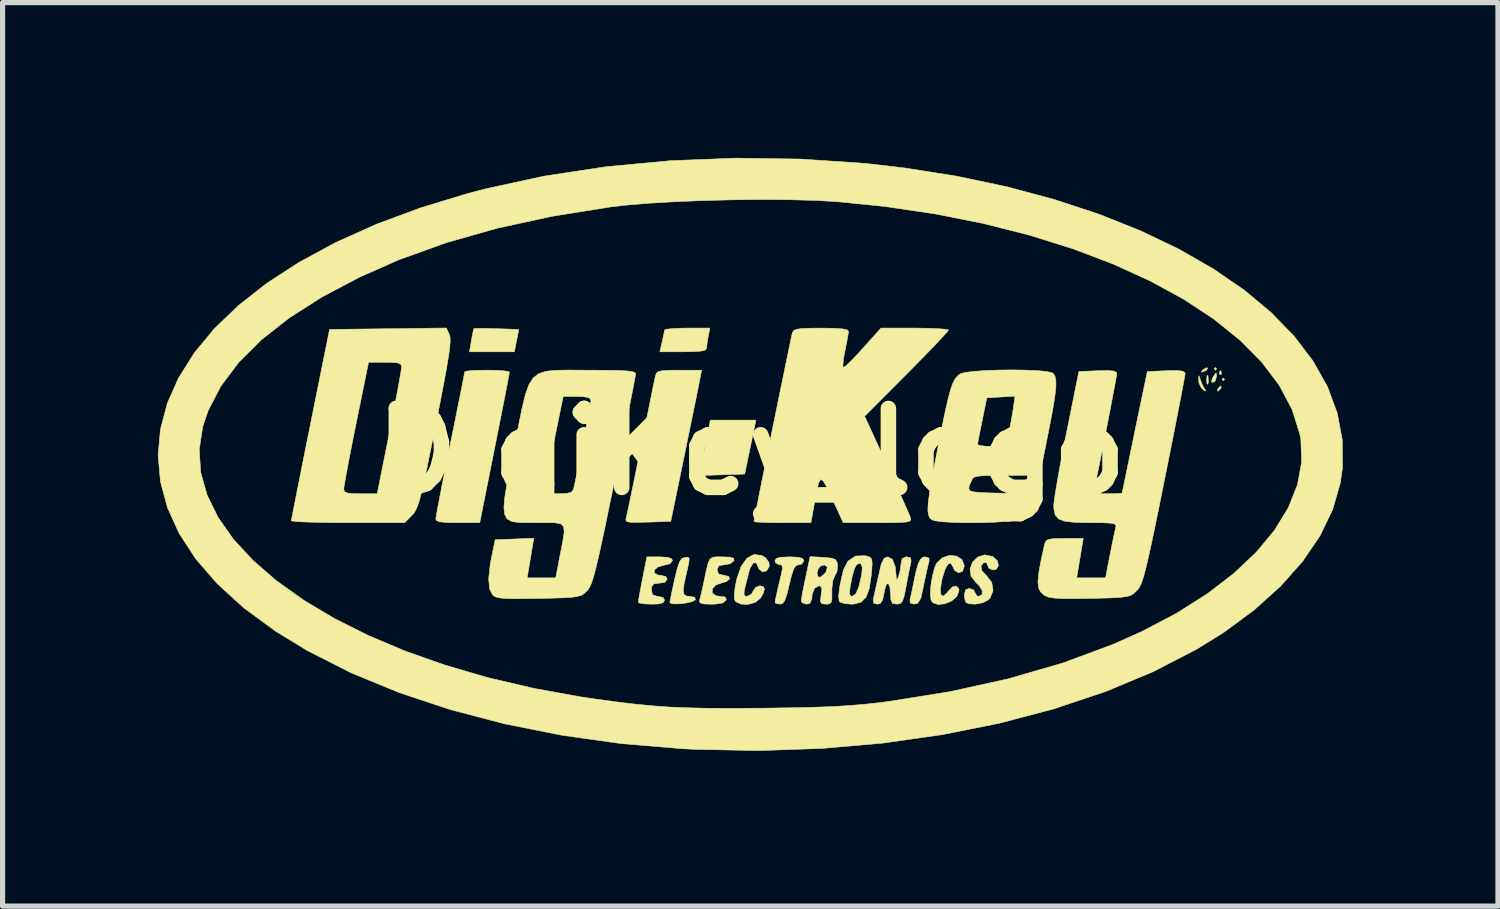
<source format=kicad_pcb>
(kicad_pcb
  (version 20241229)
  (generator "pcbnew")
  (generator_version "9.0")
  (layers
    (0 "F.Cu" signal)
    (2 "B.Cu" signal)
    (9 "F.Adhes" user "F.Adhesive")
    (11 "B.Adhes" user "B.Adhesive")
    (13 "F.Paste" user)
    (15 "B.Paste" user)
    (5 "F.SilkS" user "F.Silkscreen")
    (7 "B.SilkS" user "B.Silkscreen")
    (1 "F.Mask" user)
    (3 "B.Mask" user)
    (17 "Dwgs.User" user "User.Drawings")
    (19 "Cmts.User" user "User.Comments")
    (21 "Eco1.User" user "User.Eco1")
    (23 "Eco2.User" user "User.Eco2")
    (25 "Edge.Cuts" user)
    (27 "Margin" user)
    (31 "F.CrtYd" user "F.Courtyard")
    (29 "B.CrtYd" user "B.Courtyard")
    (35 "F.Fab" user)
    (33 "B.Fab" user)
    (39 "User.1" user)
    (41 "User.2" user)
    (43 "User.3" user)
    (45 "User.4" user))
  (footprint "DigiKey_logo"
    (layer "F.Cu")
    (at 11.466 5.677)
    (property "Reference" "DigiKey_logo" (at 0 0 0) (layer "F.SilkS") (effects (font (size 1.524 1.524) (thickness 0.3))))
    (attr through_hole)
    (fp_poly (pts (xy 8.992 -1.6) (xy 8.966 -1.575) (xy 8.941 -1.6) (xy 8.966 -1.626) (xy 8.992 -1.6)) (stroke (width 0.01) (type solid)) (fill yes) (layer "F.SilkS"))
    (fp_poly (pts (xy 9.144 -1.397) (xy 9.119 -1.372) (xy 9.093 -1.397) (xy 9.119 -1.422) (xy 9.144 -1.397)) (stroke (width 0.01) (type solid)) (fill yes) (layer "F.SilkS"))
    (fp_poly (pts (xy -0.019 -0.089) (xy -0.127 0.432) (xy -1 0.461) (xy -0.896 -0.074) (xy -0.792 -0.61) (xy 0.089 -0.61) (xy -0.019 -0.089)) (stroke (width 0.01) (type solid)) (fill yes) (layer "F.SilkS"))
    (fp_poly (pts (xy 9.076 -1.558) (xy 9.082 -1.498) (xy 9.076 -1.49) (xy 9.046 -1.497) (xy 9.042 -1.524) (xy 9.061 -1.566) (xy 9.076 -1.558)) (stroke (width 0.01) (type solid)) (fill yes) (layer "F.SilkS"))
    (fp_poly (pts (xy 8.815 -1.616) (xy 8.8 -1.578) (xy 8.752 -1.553) (xy 8.693 -1.537) (xy 8.717 -1.574) (xy 8.724 -1.581) (xy 8.791 -1.621) (xy 8.815 -1.616)) (stroke (width 0.01) (type solid)) (fill yes) (layer "F.SilkS"))
    (fp_poly (pts (xy 8.821 -1.468) (xy 8.824 -1.46) (xy 8.831 -1.349) (xy 8.822 -1.307) (xy 8.805 -1.305) (xy 8.798 -1.385) (xy 8.798 -1.397) (xy 8.806 -1.476) (xy 8.821 -1.468)) (stroke (width 0.01) (type solid)) (fill yes) (layer "F.SilkS"))
    (fp_poly (pts (xy 9.077 -1.237) (xy 9.068 -1.219) (xy 9.02 -1.171) (xy 9.011 -1.168) (xy 9.008 -1.201) (xy 9.017 -1.219) (xy 9.065 -1.268) (xy 9.074 -1.27) (xy 9.077 -1.237)) (stroke (width 0.01) (type solid)) (fill yes) (layer "F.SilkS"))
    (fp_poly (pts (xy 8.991 -1.475) (xy 8.991 -1.463) (xy 8.965 -1.372) (xy 8.941 -1.346) (xy 8.894 -1.343) (xy 8.891 -1.356) (xy 8.916 -1.43) (xy 8.941 -1.473) (xy 8.98 -1.521) (xy 8.991 -1.475)) (stroke (width 0.01) (type solid)) (fill yes) (layer "F.SilkS"))
    (fp_poly (pts (xy 8.661 -1.442) (xy 8.673 -1.397) (xy 8.719 -1.28) (xy 8.749 -1.232) (xy 8.783 -1.175) (xy 8.753 -1.181) (xy 8.697 -1.229) (xy 8.649 -1.328) (xy 8.642 -1.394) (xy 8.648 -1.468) (xy 8.661 -1.442)) (stroke (width 0.01) (type solid)) (fill yes) (layer "F.SilkS"))
    (fp_poly (pts (xy -4.994 -2.379) (xy -4.92 -2.377) (xy -4.492 -2.362) (xy -4.578 -1.93) (xy -5.445 -1.93) (xy -5.409 -2.146) (xy -5.384 -2.282) (xy -5.365 -2.366) (xy -5.36 -2.377) (xy -5.307 -2.382) (xy -5.177 -2.383) (xy -4.994 -2.379)) (stroke (width 0.01) (type solid)) (fill yes) (layer "F.SilkS"))
    (fp_poly (pts (xy -0.832 -2.229) (xy -0.854 -2.095) (xy -0.864 -2) (xy -0.887 -1.965) (xy -0.968 -1.944) (xy -1.122 -1.933) (xy -1.315 -1.93) (xy -1.767 -1.93) (xy -1.723 -2.121) (xy -1.694 -2.253) (xy -1.678 -2.34) (xy -1.678 -2.349) (xy -1.63 -2.367) (xy -1.504 -2.38) (xy -1.323 -2.387) (xy -1.238 -2.388) (xy -0.8 -2.388) (xy -0.832 -2.229)) (stroke (width 0.01) (type solid)) (fill yes) (layer "F.SilkS"))
    (fp_poly (pts (xy 3.434 2.056) (xy 3.434 2.121) (xy 3.408 2.221) (xy 3.373 2.377) (xy 3.354 2.464) (xy 3.318 2.636) (xy 3.286 2.784) (xy 3.275 2.832) (xy 3.214 2.928) (xy 3.145 2.946) (xy 3.068 2.922) (xy 3.066 2.857) (xy 3.093 2.747) (xy 3.123 2.6) (xy 3.125 2.591) (xy 3.176 2.34) (xy 3.222 2.174) (xy 3.269 2.078) (xy 3.323 2.037) (xy 3.358 2.032) (xy 3.434 2.056)) (stroke (width 0.01) (type solid)) (fill yes) (layer "F.SilkS"))
    (fp_poly (pts (xy -1.2 2.063) (xy -1.206 2.139) (xy -1.239 2.288) (xy -1.247 2.321) (xy -1.296 2.54) (xy -1.315 2.679) (xy -1.303 2.756) (xy -1.256 2.788) (xy -1.19 2.794) (xy -1.094 2.814) (xy -1.079 2.857) (xy -1.133 2.894) (xy -1.244 2.922) (xy -1.377 2.939) (xy -1.497 2.941) (xy -1.567 2.924) (xy -1.573 2.911) (xy -1.562 2.845) (xy -1.534 2.707) (xy -1.494 2.522) (xy -1.481 2.464) (xy -1.431 2.257) (xy -1.388 2.131) (xy -1.343 2.066) (xy -1.285 2.042) (xy -1.284 2.042) (xy -1.225 2.038) (xy -1.2 2.063)) (stroke (width 0.01) (type solid)) (fill yes) (layer "F.SilkS"))
    (fp_poly (pts (xy 0.905 2.039) (xy 0.992 2.063) (xy 1.016 2.108) (xy 0.974 2.171) (xy 0.918 2.184) (xy 0.863 2.201) (xy 0.819 2.265) (xy 0.776 2.394) (xy 0.735 2.565) (xy 0.686 2.764) (xy 0.643 2.882) (xy 0.598 2.936) (xy 0.554 2.946) (xy 0.474 2.93) (xy 0.458 2.908) (xy 0.47 2.842) (xy 0.499 2.708) (xy 0.532 2.565) (xy 0.578 2.374) (xy 0.6 2.26) (xy 0.598 2.205) (xy 0.573 2.186) (xy 0.533 2.184) (xy 0.466 2.144) (xy 0.457 2.108) (xy 0.482 2.062) (xy 0.57 2.039) (xy 0.737 2.032) (xy 0.905 2.039)) (stroke (width 0.01) (type solid)) (fill yes) (layer "F.SilkS"))
    (fp_poly (pts (xy -0.992 -1.41) (xy -1.01 -1.316) (xy -1.046 -1.138) (xy -1.096 -0.891) (xy -1.158 -0.591) (xy -1.227 -0.253) (xy -1.289 0.051) (xy -1.556 1.346) (xy -2.001 1.361) (xy -2.214 1.366) (xy -2.344 1.363) (xy -2.408 1.348) (xy -2.425 1.317) (xy -2.419 1.285) (xy -2.402 1.212) (xy -2.368 1.053) (xy -2.32 0.824) (xy -2.261 0.539) (xy -2.195 0.213) (xy -2.136 -0.076) (xy -2.065 -0.428) (xy -1.999 -0.751) (xy -1.942 -1.031) (xy -1.897 -1.254) (xy -1.866 -1.403) (xy -1.853 -1.46) (xy -1.834 -1.516) (xy -1.792 -1.55) (xy -1.707 -1.567) (xy -1.558 -1.574) (xy -1.394 -1.575) (xy -0.961 -1.575) (xy -0.992 -1.41)) (stroke (width 0.01) (type solid)) (fill yes) (layer "F.SilkS"))
    (fp_poly (pts (xy -1.611 2.041) (xy -1.536 2.072) (xy -1.524 2.105) (xy -1.571 2.164) (xy -1.689 2.194) (xy -1.809 2.229) (xy -1.873 2.288) (xy -1.872 2.348) (xy -1.797 2.385) (xy -1.756 2.388) (xy -1.651 2.413) (xy -1.626 2.464) (xy -1.671 2.524) (xy -1.778 2.54) (xy -1.887 2.554) (xy -1.927 2.612) (xy -1.93 2.667) (xy -1.909 2.764) (xy -1.827 2.793) (xy -1.803 2.794) (xy -1.701 2.82) (xy -1.676 2.87) (xy -1.704 2.918) (xy -1.798 2.942) (xy -1.93 2.946) (xy -2.075 2.94) (xy -2.167 2.922) (xy -2.184 2.908) (xy -2.175 2.844) (xy -2.15 2.706) (xy -2.115 2.52) (xy -2.101 2.451) (xy -2.018 2.032) (xy -1.771 2.032) (xy -1.611 2.041)) (stroke (width 0.01) (type solid)) (fill yes) (layer "F.SilkS"))
    (fp_poly (pts (xy -4.91 -1.571) (xy -4.761 -1.56) (xy -4.681 -1.544) (xy -4.674 -1.537) (xy -4.683 -1.479) (xy -4.71 -1.334) (xy -4.752 -1.116) (xy -4.807 -0.837) (xy -4.872 -0.509) (xy -4.944 -0.146) (xy -4.96 -0.064) (xy -5.247 1.372) (xy -5.672 1.372) (xy -5.888 1.368) (xy -6.019 1.355) (xy -6.083 1.33) (xy -6.096 1.299) (xy -6.086 1.232) (xy -6.058 1.079) (xy -6.015 0.853) (xy -5.96 0.569) (xy -5.894 0.24) (xy -5.821 -0.121) (xy -5.817 -0.143) (xy -5.743 -0.503) (xy -5.678 -0.829) (xy -5.621 -1.11) (xy -5.577 -1.331) (xy -5.549 -1.48) (xy -5.537 -1.543) (xy -5.537 -1.544) (xy -5.49 -1.558) (xy -5.365 -1.569) (xy -5.185 -1.574) (xy -5.105 -1.575) (xy -4.91 -1.571)) (stroke (width 0.01) (type solid)) (fill yes) (layer "F.SilkS"))
    (fp_poly (pts (xy 3.965 2.017) (xy 4.07 2.084) (xy 4.115 2.202) (xy 4.115 2.212) (xy 4.082 2.31) (xy 4.01 2.34) (xy 3.932 2.299) (xy 3.894 2.223) (xy 3.854 2.152) (xy 3.802 2.171) (xy 3.744 2.272) (xy 3.689 2.446) (xy 3.678 2.493) (xy 3.653 2.665) (xy 3.665 2.767) (xy 3.71 2.791) (xy 3.782 2.726) (xy 3.8 2.701) (xy 3.886 2.613) (xy 3.965 2.597) (xy 4.01 2.653) (xy 4.013 2.685) (xy 3.973 2.794) (xy 3.873 2.882) (xy 3.742 2.938) (xy 3.61 2.953) (xy 3.507 2.917) (xy 3.472 2.868) (xy 3.459 2.753) (xy 3.47 2.582) (xy 3.501 2.395) (xy 3.545 2.232) (xy 3.582 2.153) (xy 3.693 2.048) (xy 3.83 2.004) (xy 3.965 2.017)) (stroke (width 0.01) (type solid)) (fill yes) (layer "F.SilkS"))
    (fp_poly (pts (xy 0.201 2.005) (xy 0.275 2.048) (xy 0.341 2.141) (xy 0.348 2.213) (xy 0.297 2.302) (xy 0.219 2.323) (xy 0.151 2.271) (xy 0.138 2.238) (xy 0.093 2.147) (xy 0.036 2.151) (xy -0.02 2.244) (xy -0.046 2.324) (xy -0.102 2.541) (xy -0.134 2.678) (xy -0.141 2.754) (xy -0.127 2.786) (xy -0.091 2.794) (xy -0.077 2.794) (xy 0.005 2.751) (xy 0.036 2.692) (xy 0.087 2.621) (xy 0.167 2.591) (xy 0.235 2.609) (xy 0.254 2.656) (xy 0.227 2.744) (xy 0.175 2.833) (xy 0.077 2.911) (xy -0.059 2.949) (xy -0.196 2.946) (xy -0.298 2.9) (xy -0.326 2.857) (xy -0.329 2.762) (xy -0.311 2.607) (xy -0.282 2.465) (xy -0.199 2.222) (xy -0.085 2.06) (xy 0.05 1.986) (xy 0.201 2.005)) (stroke (width 0.01) (type solid)) (fill yes) (layer "F.SilkS"))
    (fp_poly (pts (xy 2.219 2.014) (xy 2.289 2.036) (xy 2.325 2.076) (xy 2.335 2.159) (xy 2.326 2.309) (xy 2.319 2.376) (xy 2.282 2.635) (xy 2.219 2.807) (xy 2.123 2.906) (xy 1.984 2.944) (xy 1.932 2.946) (xy 1.797 2.934) (xy 1.709 2.902) (xy 1.7 2.892) (xy 1.686 2.797) (xy 1.694 2.731) (xy 1.895 2.731) (xy 1.916 2.786) (xy 1.952 2.794) (xy 2.017 2.748) (xy 2.073 2.625) (xy 2.079 2.603) (xy 2.132 2.376) (xy 2.144 2.233) (xy 2.115 2.166) (xy 2.086 2.159) (xy 2.036 2.18) (xy 1.994 2.255) (xy 1.952 2.4) (xy 1.911 2.603) (xy 1.895 2.731) (xy 1.694 2.731) (xy 1.706 2.619) (xy 1.758 2.373) (xy 1.781 2.282) (xy 1.869 2.112) (xy 2.015 2.017) (xy 2.199 2.009) (xy 2.219 2.014)) (stroke (width 0.01) (type solid)) (fill yes) (layer "F.SilkS"))
    (fp_poly (pts (xy 4.662 2.026) (xy 4.675 2.033) (xy 4.755 2.11) (xy 4.774 2.202) (xy 4.733 2.27) (xy 4.674 2.286) (xy 4.591 2.254) (xy 4.572 2.21) (xy 4.543 2.142) (xy 4.484 2.148) (xy 4.438 2.211) (xy 4.454 2.299) (xy 4.541 2.392) (xy 4.646 2.527) (xy 4.671 2.683) (xy 4.614 2.827) (xy 4.581 2.862) (xy 4.474 2.918) (xy 4.333 2.945) (xy 4.205 2.939) (xy 4.149 2.913) (xy 4.122 2.84) (xy 4.115 2.76) (xy 4.142 2.665) (xy 4.216 2.642) (xy 4.299 2.673) (xy 4.318 2.718) (xy 4.359 2.785) (xy 4.394 2.794) (xy 4.46 2.762) (xy 4.461 2.683) (xy 4.4 2.584) (xy 4.343 2.531) (xy 4.245 2.404) (xy 4.226 2.264) (xy 4.274 2.134) (xy 4.372 2.037) (xy 4.507 1.993) (xy 4.662 2.026)) (stroke (width 0.01) (type solid)) (fill yes) (layer "F.SilkS"))
    (fp_poly (pts (xy -0.559 2.032) (xy -0.409 2.038) (xy -0.341 2.06) (xy -0.336 2.104) (xy -0.337 2.108) (xy -0.406 2.165) (xy -0.513 2.184) (xy -0.623 2.202) (xy -0.659 2.265) (xy -0.66 2.286) (xy -0.632 2.365) (xy -0.531 2.388) (xy -0.529 2.388) (xy -0.436 2.41) (xy -0.422 2.46) (xy -0.483 2.511) (xy -0.563 2.532) (xy -0.689 2.578) (xy -0.754 2.653) (xy -0.755 2.73) (xy -0.685 2.784) (xy -0.611 2.794) (xy -0.506 2.807) (xy -0.484 2.853) (xy -0.49 2.87) (xy -0.551 2.922) (xy -0.692 2.945) (xy -0.771 2.946) (xy -0.92 2.942) (xy -0.99 2.921) (xy -1.001 2.877) (xy -0.996 2.857) (xy -0.97 2.757) (xy -0.935 2.602) (xy -0.916 2.515) (xy -0.87 2.293) (xy -0.835 2.152) (xy -0.797 2.073) (xy -0.744 2.039) (xy -0.662 2.031) (xy -0.559 2.032)) (stroke (width 0.01) (type solid)) (fill yes) (layer "F.SilkS"))
    (fp_poly (pts (xy 3.08 2.052) (xy 3.086 2.128) (xy 3.082 2.146) (xy 3.058 2.254) (xy 3.025 2.424) (xy 2.991 2.603) (xy 2.955 2.786) (xy 2.92 2.889) (xy 2.877 2.936) (xy 2.812 2.946) (xy 2.811 2.946) (xy 2.728 2.93) (xy 2.696 2.86) (xy 2.692 2.781) (xy 2.679 2.622) (xy 2.649 2.547) (xy 2.612 2.559) (xy 2.577 2.666) (xy 2.569 2.713) (xy 2.538 2.861) (xy 2.493 2.931) (xy 2.434 2.946) (xy 2.366 2.929) (xy 2.356 2.859) (xy 2.366 2.807) (xy 2.4 2.656) (xy 2.438 2.489) (xy 2.438 2.489) (xy 2.476 2.323) (xy 2.51 2.172) (xy 2.51 2.172) (xy 2.568 2.058) (xy 2.637 2.032) (xy 2.725 2.079) (xy 2.78 2.22) (xy 2.797 2.388) (xy 2.803 2.472) (xy 2.822 2.462) (xy 2.845 2.413) (xy 2.88 2.283) (xy 2.892 2.172) (xy 2.914 2.066) (xy 2.987 2.032) (xy 3.003 2.032) (xy 3.08 2.052)) (stroke (width 0.01) (type solid)) (fill yes) (layer "F.SilkS"))
    (fp_poly (pts (xy 1.393 2.042) (xy 1.547 2.056) (xy 1.626 2.084) (xy 1.659 2.142) (xy 1.666 2.191) (xy 1.655 2.318) (xy 1.615 2.394) (xy 1.575 2.49) (xy 1.557 2.646) (xy 1.557 2.705) (xy 1.557 2.851) (xy 1.537 2.922) (xy 1.484 2.945) (xy 1.44 2.946) (xy 1.36 2.937) (xy 1.334 2.889) (xy 1.349 2.772) (xy 1.35 2.769) (xy 1.363 2.646) (xy 1.337 2.596) (xy 1.306 2.591) (xy 1.222 2.637) (xy 1.175 2.761) (xy 1.168 2.849) (xy 1.13 2.931) (xy 1.067 2.946) (xy 0.984 2.92) (xy 0.965 2.884) (xy 0.975 2.807) (xy 1.002 2.66) (xy 1.041 2.471) (xy 1.051 2.425) (xy 1.069 2.338) (xy 1.271 2.338) (xy 1.282 2.409) (xy 1.329 2.427) (xy 1.33 2.427) (xy 1.406 2.37) (xy 1.442 2.324) (xy 1.469 2.23) (xy 1.418 2.189) (xy 1.348 2.202) (xy 1.295 2.256) (xy 1.271 2.338) (xy 1.069 2.338) (xy 1.136 2.027) (xy 1.393 2.042)) (stroke (width 0.01) (type solid)) (fill yes) (layer "F.SilkS"))
    (fp_poly (pts (xy -5.834 -2.263) (xy -5.82 -2.212) (xy -5.818 -2.132) (xy -5.827 -2.012) (xy -5.85 -1.843) (xy -5.888 -1.613) (xy -5.943 -1.314) (xy -6.016 -0.935) (xy -6.098 -0.522) (xy -6.188 -0.074) (xy -6.261 0.285) (xy -6.321 0.566) (xy -6.371 0.78) (xy -6.412 0.939) (xy -6.45 1.052) (xy -6.485 1.132) (xy -6.521 1.189) (xy -6.559 1.232) (xy -6.698 1.372) (xy -7.794 1.372) (xy -8.115 1.37) (xy -8.399 1.365) (xy -8.631 1.358) (xy -8.796 1.349) (xy -8.88 1.338) (xy -8.888 1.333) (xy -8.877 1.277) (xy -8.849 1.132) (xy -8.805 0.909) (xy -8.769 0.724) (xy -7.875 0.724) (xy -7.859 0.773) (xy -7.8 0.8) (xy -7.675 0.811) (xy -7.551 0.813) (xy -7.228 0.813) (xy -6.992 -0.368) (xy -6.926 -0.706) (xy -6.866 -1.013) (xy -6.817 -1.275) (xy -6.781 -1.477) (xy -6.76 -1.604) (xy -6.756 -1.638) (xy -6.771 -1.688) (xy -6.83 -1.715) (xy -6.956 -1.726) (xy -7.076 -1.727) (xy -7.395 -1.727) (xy -7.635 -0.546) (xy -7.703 -0.209) (xy -7.763 0.098) (xy -7.813 0.361) (xy -7.85 0.563) (xy -7.871 0.69) (xy -7.875 0.724) (xy -8.769 0.724) (xy -8.748 0.622) (xy -8.68 0.279) (xy -8.603 -0.106) (xy -8.519 -0.523) (xy -8.517 -0.533) (xy -8.149 -2.362) (xy -5.892 -2.39) (xy -5.834 -2.263)) (stroke (width 0.01) (type solid)) (fill yes) (layer "F.SilkS"))
    (fp_poly (pts (xy 3.402 -2.385) (xy 3.605 -2.377) (xy 3.746 -2.366) (xy 3.809 -2.352) (xy 3.81 -2.35) (xy 3.776 -2.305) (xy 3.679 -2.199) (xy 3.532 -2.042) (xy 3.342 -1.846) (xy 3.121 -1.621) (xy 3 -1.499) (xy 2.19 -0.686) (xy 2.619 0.25) (xy 2.751 0.54) (xy 2.869 0.803) (xy 2.967 1.023) (xy 3.038 1.185) (xy 3.074 1.272) (xy 3.076 1.279) (xy 3.082 1.317) (xy 3.059 1.342) (xy 2.995 1.359) (xy 2.871 1.367) (xy 2.675 1.371) (xy 2.441 1.372) (xy 1.776 1.372) (xy 1.564 0.909) (xy 1.465 0.696) (xy 1.394 0.571) (xy 1.344 0.535) (xy 1.304 0.592) (xy 1.266 0.744) (xy 1.22 0.993) (xy 1.218 1.003) (xy 1.152 1.372) (xy 0.601 1.372) (xy 0.379 1.37) (xy 0.199 1.364) (xy 0.083 1.357) (xy 0.051 1.349) (xy 0.061 1.293) (xy 0.088 1.152) (xy 0.131 0.938) (xy 0.185 0.665) (xy 0.249 0.348) (xy 0.32 -0.001) (xy 0.394 -0.367) (xy 0.47 -0.737) (xy 0.543 -1.098) (xy 0.613 -1.435) (xy 0.675 -1.736) (xy 0.726 -1.986) (xy 0.765 -2.171) (xy 0.789 -2.279) (xy 0.794 -2.299) (xy 0.817 -2.339) (xy 0.873 -2.365) (xy 0.978 -2.38) (xy 1.151 -2.386) (xy 1.35 -2.388) (xy 1.604 -2.384) (xy 1.769 -2.372) (xy 1.856 -2.351) (xy 1.878 -2.324) (xy 1.867 -2.244) (xy 1.84 -2.098) (xy 1.808 -1.943) (xy 1.779 -1.781) (xy 1.769 -1.666) (xy 1.781 -1.626) (xy 1.83 -1.661) (xy 1.93 -1.757) (xy 2.064 -1.897) (xy 2.164 -2.007) (xy 2.506 -2.388) (xy 3.158 -2.388) (xy 3.402 -2.385)) (stroke (width 0.01) (type solid)) (fill yes) (layer "F.SilkS"))
    (fp_poly (pts (xy 5.299 -1.576) (xy 5.53 -1.566) (xy 5.71 -1.548) (xy 5.816 -1.524) (xy 5.832 -1.514) (xy 5.867 -1.459) (xy 5.885 -1.375) (xy 5.885 -1.248) (xy 5.864 -1.066) (xy 5.824 -0.815) (xy 5.761 -0.483) (xy 5.733 -0.343) (xy 5.573 0.457) (xy 4.919 0.457) (xy 4.645 0.458) (xy 4.456 0.464) (xy 4.335 0.481) (xy 4.265 0.514) (xy 4.23 0.569) (xy 4.211 0.651) (xy 4.206 0.686) (xy 4.205 0.728) (xy 4.229 0.757) (xy 4.292 0.776) (xy 4.411 0.788) (xy 4.602 0.796) (xy 4.839 0.802) (xy 5.082 0.81) (xy 5.283 0.823) (xy 5.424 0.838) (xy 5.485 0.855) (xy 5.486 0.858) (xy 5.45 1.015) (xy 5.36 1.175) (xy 5.244 1.288) (xy 5.229 1.297) (xy 5.124 1.325) (xy 4.943 1.346) (xy 4.709 1.362) (xy 4.444 1.371) (xy 4.173 1.373) (xy 3.918 1.367) (xy 3.703 1.355) (xy 3.549 1.335) (xy 3.493 1.317) (xy 3.45 1.281) (xy 3.423 1.224) (xy 3.411 1.135) (xy 3.417 1.001) (xy 3.441 0.811) (xy 3.484 0.554) (xy 3.547 0.218) (xy 3.609 -0.102) (xy 3.617 -0.14) (xy 4.371 -0.14) (xy 4.416 -0.119) (xy 4.533 -0.105) (xy 4.644 -0.102) (xy 4.919 -0.102) (xy 4.977 -0.368) (xy 5.017 -0.573) (xy 5.053 -0.78) (xy 5.064 -0.854) (xy 5.095 -1.073) (xy 4.823 -1.057) (xy 4.55 -1.041) (xy 4.462 -0.61) (xy 4.422 -0.41) (xy 4.39 -0.25) (xy 4.373 -0.154) (xy 4.371 -0.14) (xy 3.617 -0.14) (xy 3.688 -0.497) (xy 3.752 -0.804) (xy 3.806 -1.037) (xy 3.852 -1.207) (xy 3.895 -1.326) (xy 3.939 -1.408) (xy 3.986 -1.464) (xy 4.032 -1.501) (xy 4.122 -1.529) (xy 4.289 -1.551) (xy 4.512 -1.567) (xy 4.769 -1.577) (xy 5.038 -1.58) (xy 5.299 -1.576)) (stroke (width 0.01) (type solid)) (fill yes) (layer "F.SilkS"))
    (fp_poly (pts (xy 8.329 -1.557) (xy 8.377 -1.529) (xy 8.382 -1.509) (xy 8.372 -1.445) (xy 8.344 -1.293) (xy 8.301 -1.063) (xy 8.243 -0.767) (xy 8.174 -0.415) (xy 8.096 -0.019) (xy 8.01 0.411) (xy 7.98 0.557) (xy 7.879 1.061) (xy 7.794 1.474) (xy 7.724 1.806) (xy 7.666 2.068) (xy 7.618 2.269) (xy 7.578 2.418) (xy 7.542 2.525) (xy 7.509 2.6) (xy 7.476 2.652) (xy 7.446 2.686) (xy 7.392 2.737) (xy 7.335 2.774) (xy 7.258 2.798) (xy 7.143 2.814) (xy 6.973 2.824) (xy 6.73 2.831) (xy 6.539 2.835) (xy 6.231 2.839) (xy 6.007 2.837) (xy 5.851 2.828) (xy 5.746 2.811) (xy 5.675 2.783) (xy 5.652 2.768) (xy 5.588 2.709) (xy 5.55 2.63) (xy 5.538 2.516) (xy 5.553 2.351) (xy 5.594 2.12) (xy 5.662 1.808) (xy 5.666 1.791) (xy 5.688 1.731) (xy 5.735 1.697) (xy 5.832 1.681) (xy 6.001 1.676) (xy 6.053 1.676) (xy 6.414 1.676) (xy 6.382 1.867) (xy 6.35 2.058) (xy 6.318 2.248) (xy 6.286 2.438) (xy 6.844 2.438) (xy 6.93 1.994) (xy 6.972 1.783) (xy 7.009 1.604) (xy 7.036 1.485) (xy 7.042 1.46) (xy 7.045 1.421) (xy 7.015 1.395) (xy 6.935 1.38) (xy 6.788 1.373) (xy 6.557 1.372) (xy 6.535 1.372) (xy 6.255 1.366) (xy 6.062 1.345) (xy 5.939 1.301) (xy 5.872 1.226) (xy 5.847 1.113) (xy 5.844 1.025) (xy 5.855 0.923) (xy 5.884 0.738) (xy 5.927 0.487) (xy 5.982 0.186) (xy 6.047 -0.149) (xy 6.088 -0.356) (xy 6.329 -1.549) (xy 6.695 -1.564) (xy 6.894 -1.568) (xy 7.009 -1.557) (xy 7.057 -1.529) (xy 7.061 -1.51) (xy 7.052 -1.445) (xy 7.026 -1.299) (xy 6.986 -1.089) (xy 6.937 -0.833) (xy 6.882 -0.55) (xy 6.825 -0.256) (xy 6.768 0.029) (xy 6.716 0.289) (xy 6.671 0.504) (xy 6.639 0.658) (xy 6.629 0.699) (xy 6.621 0.764) (xy 6.651 0.798) (xy 6.741 0.811) (xy 6.882 0.813) (xy 7.036 0.811) (xy 7.139 0.805) (xy 7.164 0.8) (xy 7.175 0.749) (xy 7.203 0.612) (xy 7.246 0.404) (xy 7.301 0.138) (xy 7.365 -0.172) (xy 7.408 -0.381) (xy 7.651 -1.549) (xy 8.016 -1.564) (xy 8.214 -1.568) (xy 8.329 -1.557)) (stroke (width 0.01) (type solid)) (fill yes) (layer "F.SilkS"))
    (fp_poly (pts (xy -3.228 -1.575) (xy -3.147 -1.575) (xy -2.812 -1.573) (xy -2.567 -1.569) (xy -2.399 -1.56) (xy -2.296 -1.546) (xy -2.246 -1.526) (xy -2.235 -1.505) (xy -2.245 -1.442) (xy -2.273 -1.289) (xy -2.318 -1.06) (xy -2.376 -0.764) (xy -2.446 -0.412) (xy -2.525 -0.016) (xy -2.612 0.414) (xy -2.643 0.565) (xy -2.747 1.071) (xy -2.833 1.487) (xy -2.905 1.822) (xy -2.964 2.086) (xy -3.014 2.288) (xy -3.055 2.438) (xy -3.091 2.546) (xy -3.125 2.62) (xy -3.158 2.67) (xy -3.178 2.692) (xy -3.229 2.74) (xy -3.285 2.775) (xy -3.363 2.798) (xy -3.479 2.814) (xy -3.651 2.824) (xy -3.896 2.831) (xy -4.109 2.835) (xy -4.419 2.84) (xy -4.644 2.84) (xy -4.799 2.833) (xy -4.9 2.818) (xy -4.963 2.794) (xy -4.997 2.768) (xy -5.058 2.648) (xy -5.074 2.453) (xy -5.044 2.176) (xy -5.012 2.007) (xy -4.949 1.702) (xy -4.576 1.687) (xy -4.203 1.672) (xy -4.235 1.865) (xy -4.267 2.055) (xy -4.299 2.246) (xy -4.299 2.248) (xy -4.331 2.438) (xy -3.779 2.438) (xy -3.693 1.99) (xy -3.642 1.73) (xy -3.616 1.556) (xy -3.625 1.449) (xy -3.683 1.393) (xy -3.8 1.373) (xy -3.99 1.371) (xy -4.139 1.372) (xy -4.35 1.372) (xy -4.514 1.367) (xy -4.637 1.345) (xy -4.72 1.297) (xy -4.766 1.21) (xy -4.78 1.076) (xy -4.763 0.883) (xy -4.744 0.763) (xy -4.006 0.763) (xy -3.976 0.798) (xy -3.886 0.811) (xy -3.74 0.813) (xy -3.576 0.808) (xy -3.485 0.788) (xy -3.443 0.742) (xy -3.429 0.699) (xy -3.399 0.564) (xy -3.359 0.367) (xy -3.311 0.13) (xy -3.26 -0.128) (xy -3.209 -0.385) (xy -3.164 -0.622) (xy -3.128 -0.817) (xy -3.105 -0.95) (xy -3.099 -0.999) (xy -3.135 -1.042) (xy -3.252 -1.064) (xy -3.367 -1.067) (xy -3.635 -1.067) (xy -3.803 -0.241) (xy -3.861 0.044) (xy -3.914 0.3) (xy -3.957 0.509) (xy -3.987 0.651) (xy -3.998 0.699) (xy -4.006 0.763) (xy -4.744 0.763) (xy -4.72 0.62) (xy -4.654 0.277) (xy -4.577 -0.103) (xy -4.494 -0.523) (xy -4.426 -0.855) (xy -4.364 -1.109) (xy -4.296 -1.296) (xy -4.214 -1.425) (xy -4.107 -1.508) (xy -3.964 -1.554) (xy -3.777 -1.573) (xy -3.535 -1.577) (xy -3.228 -1.575)) (stroke (width 0.01) (type solid)) (fill yes) (layer "F.SilkS"))
    (fp_poly (pts (xy 0.961 -5.654) (xy 2.211 -5.569) (xy 2.956 -5.483) (xy 3.975 -5.322) (xy 4.944 -5.117) (xy 5.861 -4.871) (xy 6.721 -4.587) (xy 7.52 -4.268) (xy 8.256 -3.916) (xy 8.925 -3.533) (xy 9.522 -3.123) (xy 10.045 -2.687) (xy 10.491 -2.228) (xy 10.854 -1.75) (xy 11.133 -1.254) (xy 11.322 -0.743) (xy 11.419 -0.22) (xy 11.421 0.313) (xy 11.38 0.606) (xy 11.232 1.118) (xy 10.988 1.625) (xy 10.65 2.121) (xy 10.223 2.601) (xy 9.711 3.062) (xy 9.119 3.498) (xy 8.605 3.816) (xy 7.761 4.252) (xy 6.838 4.637) (xy 5.845 4.969) (xy 4.79 5.247) (xy 3.685 5.468) (xy 2.537 5.631) (xy 1.356 5.734) (xy 0.152 5.775) (xy -1.066 5.752) (xy -1.346 5.738) (xy -2.522 5.639) (xy -3.664 5.478) (xy -4.764 5.259) (xy -5.813 4.984) (xy -6.804 4.655) (xy -7.727 4.275) (xy -8.573 3.846) (xy -9.194 3.467) (xy -9.805 3.018) (xy -10.317 2.552) (xy -10.733 2.072) (xy -11.054 1.58) (xy -11.281 1.081) (xy -11.416 0.577) (xy -11.461 0.071) (xy -11.451 -0.04) (xy -10.667 -0.04) (xy -10.638 0.401) (xy -10.515 0.838) (xy -10.303 1.269) (xy -10.007 1.691) (xy -9.63 2.099) (xy -9.176 2.493) (xy -8.65 2.868) (xy -8.057 3.222) (xy -7.399 3.552) (xy -6.681 3.855) (xy -5.908 4.127) (xy -5.084 4.367) (xy -4.212 4.571) (xy -3.297 4.737) (xy -3.048 4.774) (xy -2.637 4.83) (xy -2.271 4.875) (xy -1.93 4.908) (xy -1.595 4.933) (xy -1.244 4.948) (xy -0.857 4.957) (xy -0.415 4.959) (xy 0.103 4.956) (xy 0.254 4.955) (xy 0.764 4.948) (xy 1.192 4.938) (xy 1.557 4.925) (xy 1.876 4.906) (xy 2.17 4.882) (xy 2.458 4.851) (xy 2.642 4.828) (xy 3.84 4.636) (xy 4.966 4.388) (xy 6.015 4.084) (xy 6.984 3.725) (xy 7.54 3.477) (xy 8.209 3.126) (xy 8.804 2.75) (xy 9.322 2.353) (xy 9.759 1.94) (xy 10.112 1.514) (xy 10.377 1.079) (xy 10.552 0.64) (xy 10.633 0.201) (xy 10.618 -0.234) (xy 10.599 -0.337) (xy 10.448 -0.816) (xy 10.202 -1.28) (xy 9.864 -1.728) (xy 9.44 -2.156) (xy 8.936 -2.563) (xy 8.355 -2.945) (xy 7.703 -3.301) (xy 6.985 -3.628) (xy 6.206 -3.923) (xy 5.371 -4.184) (xy 4.485 -4.409) (xy 3.552 -4.594) (xy 2.578 -4.738) (xy 1.655 -4.831) (xy 1.243 -4.854) (xy 0.759 -4.868) (xy 0.226 -4.872) (xy -0.334 -4.867) (xy -0.9 -4.853) (xy -1.449 -4.831) (xy -1.958 -4.802) (xy -2.407 -4.765) (xy -2.718 -4.729) (xy -3.856 -4.547) (xy -4.91 -4.317) (xy -5.89 -4.039) (xy -6.805 -3.71) (xy -7.559 -3.377) (xy -8.29 -2.992) (xy -8.925 -2.587) (xy -9.464 -2.164) (xy -9.906 -1.723) (xy -10.25 -1.265) (xy -10.495 -0.791) (xy -10.599 -0.483) (xy -10.667 -0.04) (xy -11.451 -0.04) (xy -11.416 -0.433) (xy -11.284 -0.933) (xy -11.066 -1.425) (xy -10.763 -1.907) (xy -10.377 -2.374) (xy -9.909 -2.824) (xy -9.362 -3.254) (xy -8.735 -3.66) (xy -8.031 -4.041) (xy -7.252 -4.391) (xy -6.398 -4.709) (xy -5.471 -4.991) (xy -5.134 -5.079) (xy -3.999 -5.325) (xy -2.803 -5.506) (xy -1.565 -5.622) (xy -0.304 -5.672) (xy 0.961 -5.654)) (stroke (width 0.01) (type solid)) (fill yes) (layer "F.SilkS")))
  (gr_rect
    (start -3 -3)
    (end 25.892 14.457)
    (stroke (width 0.1) (type default))
    (fill no)
    (layer "Edge.Cuts")))
</source>
